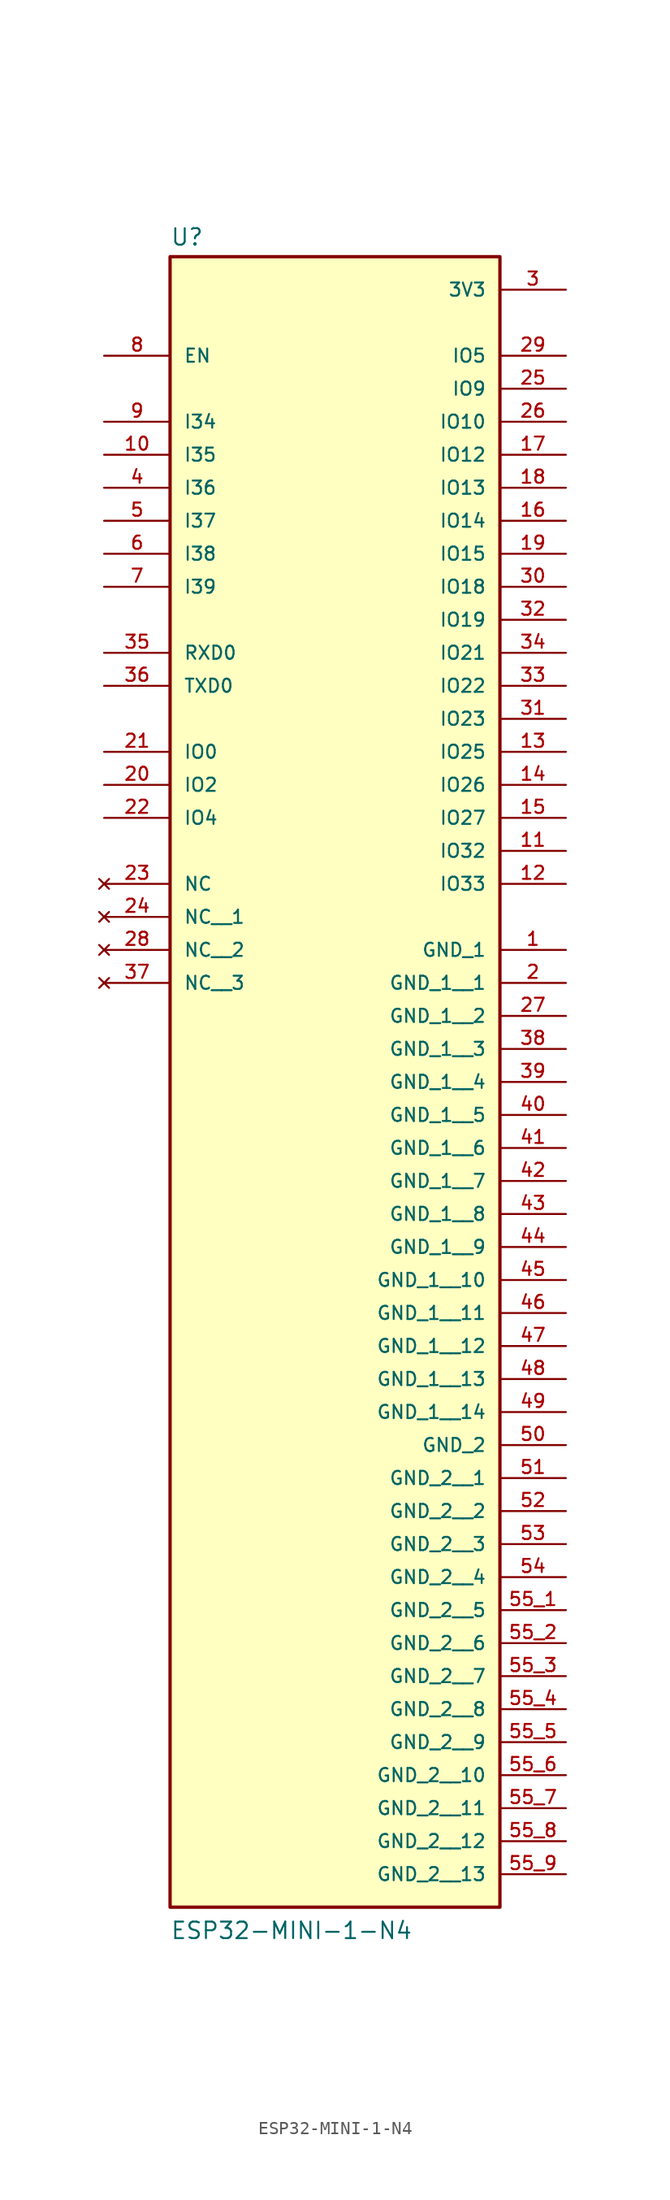
<source format=kicad_sym>
(kicad_symbol_lib
  (version 20211014)
  (generator kicad_symbol_editor)
  (symbol "ESP32-MINI-1-N4"
    (pin_names
      (offset 1.016))
    (property "Reference" "U"
      (at -12.7 28.702 0)
      (effects (font (size 1.27 1.27)) (justify bottom left)))
    (property "Value" "ESP32-MINI-1-N4"
      (at -12.7 -101.6 0)
      (effects (font (size 1.27 1.27)) (justify bottom left)))
    (symbol "ESP32-MINI-1-N4_0_0"
      (rectangle (start -12.7 -99.06) (end 12.7 27.94) (stroke (width 0.254)) (fill (type background)))
      (pin power_in line (at 17.78 -25.4 180.0) (length 5.08) (name "GND_1" (effects (font (size 1.016 1.016)))) (number "1" (effects (font (size 1.016 1.016)))))
      (pin power_in line (at 17.78 -63.5 180.0) (length 5.08) (name "GND_2" (effects (font (size 1.016 1.016)))) (number "50" (effects (font (size 1.016 1.016)))))
      (pin power_in line (at 17.78 25.4 180.0) (length 5.08) (name "3V3" (effects (font (size 1.016 1.016)))) (number "3" (effects (font (size 1.016 1.016)))))
      (pin input line (at -17.78 10.16 0) (length 5.08) (name "I36" (effects (font (size 1.016 1.016)))) (number "4" (effects (font (size 1.016 1.016)))))
      (pin input line (at -17.78 7.62 0) (length 5.08) (name "I37" (effects (font (size 1.016 1.016)))) (number "5" (effects (font (size 1.016 1.016)))))
      (pin input line (at -17.78 5.08 0) (length 5.08) (name "I38" (effects (font (size 1.016 1.016)))) (number "6" (effects (font (size 1.016 1.016)))))
      (pin input line (at -17.78 2.54 0) (length 5.08) (name "I39" (effects (font (size 1.016 1.016)))) (number "7" (effects (font (size 1.016 1.016)))))
      (pin input line (at -17.78 20.32 0) (length 5.08) (name "EN" (effects (font (size 1.016 1.016)))) (number "8" (effects (font (size 1.016 1.016)))))
      (pin input line (at -17.78 15.24 0) (length 5.08) (name "I34" (effects (font (size 1.016 1.016)))) (number "9" (effects (font (size 1.016 1.016)))))
      (pin input line (at -17.78 12.7 0) (length 5.08) (name "I35" (effects (font (size 1.016 1.016)))) (number "10" (effects (font (size 1.016 1.016)))))
      (pin bidirectional line (at 17.78 -17.78 180.0) (length 5.08) (name "IO32" (effects (font (size 1.016 1.016)))) (number "11" (effects (font (size 1.016 1.016)))))
      (pin bidirectional line (at 17.78 -20.32 180.0) (length 5.08) (name "IO33" (effects (font (size 1.016 1.016)))) (number "12" (effects (font (size 1.016 1.016)))))
      (pin bidirectional line (at 17.78 -10.16 180.0) (length 5.08) (name "IO25" (effects (font (size 1.016 1.016)))) (number "13" (effects (font (size 1.016 1.016)))))
      (pin bidirectional line (at 17.78 -12.7 180.0) (length 5.08) (name "IO26" (effects (font (size 1.016 1.016)))) (number "14" (effects (font (size 1.016 1.016)))))
      (pin bidirectional line (at 17.78 -15.24 180.0) (length 5.08) (name "IO27" (effects (font (size 1.016 1.016)))) (number "15" (effects (font (size 1.016 1.016)))))
      (pin bidirectional line (at 17.78 7.62 180.0) (length 5.08) (name "IO14" (effects (font (size 1.016 1.016)))) (number "16" (effects (font (size 1.016 1.016)))))
      (pin bidirectional line (at 17.78 12.7 180.0) (length 5.08) (name "IO12" (effects (font (size 1.016 1.016)))) (number "17" (effects (font (size 1.016 1.016)))))
      (pin bidirectional line (at 17.78 10.16 180.0) (length 5.08) (name "IO13" (effects (font (size 1.016 1.016)))) (number "18" (effects (font (size 1.016 1.016)))))
      (pin bidirectional line (at 17.78 5.08 180.0) (length 5.08) (name "IO15" (effects (font (size 1.016 1.016)))) (number "19" (effects (font (size 1.016 1.016)))))
      (pin bidirectional line (at -17.78 -12.7 0) (length 5.08) (name "IO2" (effects (font (size 1.016 1.016)))) (number "20" (effects (font (size 1.016 1.016)))))
      (pin bidirectional line (at -17.78 -10.16 0) (length 5.08) (name "IO0" (effects (font (size 1.016 1.016)))) (number "21" (effects (font (size 1.016 1.016)))))
      (pin bidirectional line (at -17.78 -15.24 0) (length 5.08) (name "IO4" (effects (font (size 1.016 1.016)))) (number "22" (effects (font (size 1.016 1.016)))))
      (pin no_connect line (at -17.78 -20.32 0) (length 5.08) (name "NC" (effects (font (size 1.016 1.016)))) (number "23" (effects (font (size 1.016 1.016)))))
      (pin bidirectional line (at 17.78 17.78 180.0) (length 5.08) (name "IO9" (effects (font (size 1.016 1.016)))) (number "25" (effects (font (size 1.016 1.016)))))
      (pin bidirectional line (at 17.78 15.24 180.0) (length 5.08) (name "IO10" (effects (font (size 1.016 1.016)))) (number "26" (effects (font (size 1.016 1.016)))))
      (pin bidirectional line (at 17.78 20.32 180.0) (length 5.08) (name "IO5" (effects (font (size 1.016 1.016)))) (number "29" (effects (font (size 1.016 1.016)))))
      (pin bidirectional line (at 17.78 2.54 180.0) (length 5.08) (name "IO18" (effects (font (size 1.016 1.016)))) (number "30" (effects (font (size 1.016 1.016)))))
      (pin bidirectional line (at 17.78 -7.62 180.0) (length 5.08) (name "IO23" (effects (font (size 1.016 1.016)))) (number "31" (effects (font (size 1.016 1.016)))))
      (pin bidirectional line (at 17.78 0.0 180.0) (length 5.08) (name "IO19" (effects (font (size 1.016 1.016)))) (number "32" (effects (font (size 1.016 1.016)))))
      (pin bidirectional line (at 17.78 -5.08 180.0) (length 5.08) (name "IO22" (effects (font (size 1.016 1.016)))) (number "33" (effects (font (size 1.016 1.016)))))
      (pin bidirectional line (at 17.78 -2.54 180.0) (length 5.08) (name "IO21" (effects (font (size 1.016 1.016)))) (number "34" (effects (font (size 1.016 1.016)))))
      (pin bidirectional line (at -17.78 -2.54 0) (length 5.08) (name "RXD0" (effects (font (size 1.016 1.016)))) (number "35" (effects (font (size 1.016 1.016)))))
      (pin bidirectional line (at -17.78 -5.08 0) (length 5.08) (name "TXD0" (effects (font (size 1.016 1.016)))) (number "36" (effects (font (size 1.016 1.016)))))
      (pin no_connect line (at -17.78 -22.86 0) (length 5.08) (name "NC__1" (effects (font (size 1.016 1.016)))) (number "24" (effects (font (size 1.016 1.016)))))
      (pin no_connect line (at -17.78 -25.4 0) (length 5.08) (name "NC__2" (effects (font (size 1.016 1.016)))) (number "28" (effects (font (size 1.016 1.016)))))
      (pin no_connect line (at -17.78 -27.94 0) (length 5.08) (name "NC__3" (effects (font (size 1.016 1.016)))) (number "37" (effects (font (size 1.016 1.016)))))
      (pin power_in line (at 17.78 -27.94 180.0) (length 5.08) (name "GND_1__1" (effects (font (size 1.016 1.016)))) (number "2" (effects (font (size 1.016 1.016)))))
      (pin power_in line (at 17.78 -30.48 180.0) (length 5.08) (name "GND_1__2" (effects (font (size 1.016 1.016)))) (number "27" (effects (font (size 1.016 1.016)))))
      (pin power_in line (at 17.78 -33.02 180.0) (length 5.08) (name "GND_1__3" (effects (font (size 1.016 1.016)))) (number "38" (effects (font (size 1.016 1.016)))))
      (pin power_in line (at 17.78 -35.56 180.0) (length 5.08) (name "GND_1__4" (effects (font (size 1.016 1.016)))) (number "39" (effects (font (size 1.016 1.016)))))
      (pin power_in line (at 17.78 -38.1 180.0) (length 5.08) (name "GND_1__5" (effects (font (size 1.016 1.016)))) (number "40" (effects (font (size 1.016 1.016)))))
      (pin power_in line (at 17.78 -40.64 180.0) (length 5.08) (name "GND_1__6" (effects (font (size 1.016 1.016)))) (number "41" (effects (font (size 1.016 1.016)))))
      (pin power_in line (at 17.78 -43.18 180.0) (length 5.08) (name "GND_1__7" (effects (font (size 1.016 1.016)))) (number "42" (effects (font (size 1.016 1.016)))))
      (pin power_in line (at 17.78 -45.72 180.0) (length 5.08) (name "GND_1__8" (effects (font (size 1.016 1.016)))) (number "43" (effects (font (size 1.016 1.016)))))
      (pin power_in line (at 17.78 -48.26 180.0) (length 5.08) (name "GND_1__9" (effects (font (size 1.016 1.016)))) (number "44" (effects (font (size 1.016 1.016)))))
      (pin power_in line (at 17.78 -50.8 180.0) (length 5.08) (name "GND_1__10" (effects (font (size 1.016 1.016)))) (number "45" (effects (font (size 1.016 1.016)))))
      (pin power_in line (at 17.78 -53.34 180.0) (length 5.08) (name "GND_1__11" (effects (font (size 1.016 1.016)))) (number "46" (effects (font (size 1.016 1.016)))))
      (pin power_in line (at 17.78 -55.88 180.0) (length 5.08) (name "GND_1__12" (effects (font (size 1.016 1.016)))) (number "47" (effects (font (size 1.016 1.016)))))
      (pin power_in line (at 17.78 -58.42 180.0) (length 5.08) (name "GND_1__13" (effects (font (size 1.016 1.016)))) (number "48" (effects (font (size 1.016 1.016)))))
      (pin power_in line (at 17.78 -60.96 180.0) (length 5.08) (name "GND_1__14" (effects (font (size 1.016 1.016)))) (number "49" (effects (font (size 1.016 1.016)))))
      (pin power_in line (at 17.78 -66.04 180.0) (length 5.08) (name "GND_2__1" (effects (font (size 1.016 1.016)))) (number "51" (effects (font (size 1.016 1.016)))))
      (pin power_in line (at 17.78 -68.58 180.0) (length 5.08) (name "GND_2__2" (effects (font (size 1.016 1.016)))) (number "52" (effects (font (size 1.016 1.016)))))
      (pin power_in line (at 17.78 -71.12 180.0) (length 5.08) (name "GND_2__3" (effects (font (size 1.016 1.016)))) (number "53" (effects (font (size 1.016 1.016)))))
      (pin power_in line (at 17.78 -73.66 180.0) (length 5.08) (name "GND_2__4" (effects (font (size 1.016 1.016)))) (number "54" (effects (font (size 1.016 1.016)))))
      (pin power_in line (at 17.78 -76.2 180.0) (length 5.08) (name "GND_2__5" (effects (font (size 1.016 1.016)))) (number "55_1" (effects (font (size 1.016 1.016)))))
      (pin power_in line (at 17.78 -78.74 180.0) (length 5.08) (name "GND_2__6" (effects (font (size 1.016 1.016)))) (number "55_2" (effects (font (size 1.016 1.016)))))
      (pin power_in line (at 17.78 -81.28 180.0) (length 5.08) (name "GND_2__7" (effects (font (size 1.016 1.016)))) (number "55_3" (effects (font (size 1.016 1.016)))))
      (pin power_in line (at 17.78 -83.82 180.0) (length 5.08) (name "GND_2__8" (effects (font (size 1.016 1.016)))) (number "55_4" (effects (font (size 1.016 1.016)))))
      (pin power_in line (at 17.78 -86.36 180.0) (length 5.08) (name "GND_2__9" (effects (font (size 1.016 1.016)))) (number "55_5" (effects (font (size 1.016 1.016)))))
      (pin power_in line (at 17.78 -88.9 180.0) (length 5.08) (name "GND_2__10" (effects (font (size 1.016 1.016)))) (number "55_6" (effects (font (size 1.016 1.016)))))
      (pin power_in line (at 17.78 -91.44 180.0) (length 5.08) (name "GND_2__11" (effects (font (size 1.016 1.016)))) (number "55_7" (effects (font (size 1.016 1.016)))))
      (pin power_in line (at 17.78 -93.98 180.0) (length 5.08) (name "GND_2__12" (effects (font (size 1.016 1.016)))) (number "55_8" (effects (font (size 1.016 1.016)))))
      (pin power_in line (at 17.78 -96.52 180.0) (length 5.08) (name "GND_2__13" (effects (font (size 1.016 1.016)))) (number "55_9" (effects (font (size 1.016 1.016))))))))
</source>
